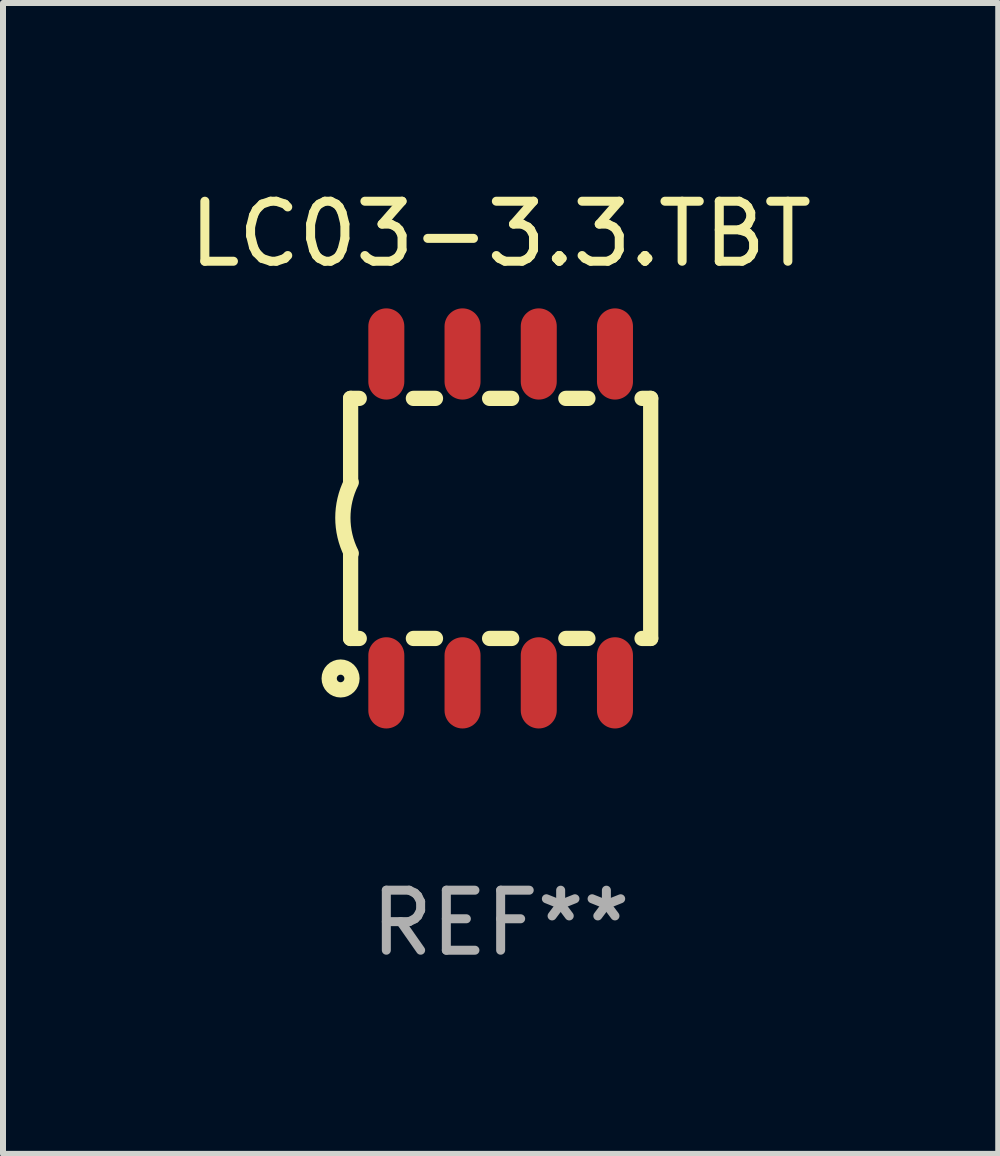
<source format=kicad_pcb>
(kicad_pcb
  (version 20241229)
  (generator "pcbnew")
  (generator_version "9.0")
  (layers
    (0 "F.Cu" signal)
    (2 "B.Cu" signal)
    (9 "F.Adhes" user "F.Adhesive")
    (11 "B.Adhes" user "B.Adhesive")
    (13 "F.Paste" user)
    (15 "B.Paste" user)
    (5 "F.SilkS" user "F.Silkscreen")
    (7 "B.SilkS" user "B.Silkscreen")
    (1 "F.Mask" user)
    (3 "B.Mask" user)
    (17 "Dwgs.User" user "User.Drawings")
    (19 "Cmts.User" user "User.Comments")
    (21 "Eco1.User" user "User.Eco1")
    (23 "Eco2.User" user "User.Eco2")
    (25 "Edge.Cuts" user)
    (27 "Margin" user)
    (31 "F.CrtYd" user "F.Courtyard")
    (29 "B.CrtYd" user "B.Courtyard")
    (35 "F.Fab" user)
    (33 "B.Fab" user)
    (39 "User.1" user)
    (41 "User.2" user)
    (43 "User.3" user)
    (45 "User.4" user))
  (footprint "LC03-3.3.TBT"
    (layer "F.Cu")
    (at 5.292 5.588)
    (property "Reference" "LC03-3.3.TBT" (at 0 -4.74 0) (layer "F.SilkS") (effects (font (size 1 1) (thickness 0.15))))
    (attr through_hole)
    (fp_line (start -2.5 -2) (end -2.5 -0.6) (stroke (width 0.254) (type solid)) (layer "F.SilkS"))
    (fp_line (start -2.5 -2) (end -2.356 -2) (stroke (width 0.254) (type solid)) (layer "F.SilkS"))
    (fp_line (start -2.5 0.58) (end -2.5 2) (stroke (width 0.254) (type solid)) (layer "F.SilkS"))
    (fp_line (start -2.5 2) (end -2.356 2) (stroke (width 0.254) (type solid)) (layer "F.SilkS"))
    (fp_line (start -1.454 -2) (end -1.086 -2) (stroke (width 0.254) (type solid)) (layer "F.SilkS"))
    (fp_line (start -1.454 2) (end -1.086 2) (stroke (width 0.254) (type solid)) (layer "F.SilkS"))
    (fp_line (start -0.184 -2) (end 0.184 -2) (stroke (width 0.254) (type solid)) (layer "F.SilkS"))
    (fp_line (start -0.184 2) (end 0.184 2) (stroke (width 0.254) (type solid)) (layer "F.SilkS"))
    (fp_line (start 1.086 -2) (end 1.454 -2) (stroke (width 0.254) (type solid)) (layer "F.SilkS"))
    (fp_line (start 1.086 2) (end 1.454 2) (stroke (width 0.254) (type solid)) (layer "F.SilkS"))
    (fp_line (start 2.356 -2) (end 2.5 -2) (stroke (width 0.254) (type solid)) (layer "F.SilkS"))
    (fp_line (start 2.356 2) (end 2.5 2) (stroke (width 0.254) (type solid)) (layer "F.SilkS"))
    (fp_line (start 2.5 -2) (end 2.5 2) (stroke (width 0.254) (type solid)) (layer "F.SilkS"))
    (fp_arc (start -2.489992 0.58001) (mid -2.629095 -0.009995) (end -2.489992 -0.6) (stroke (width 0.254001) (type solid)) (layer "F.SilkS"))
    (fp_circle (center -2.667 2.667) (end -2.477 2.667) (stroke (width 0.254) (type solid)) (fill no) (layer "F.SilkS"))
    (fp_text user "REF**" (at 0 6.74 0) (layer "F.Fab") (effects (font (size 1 1) (thickness 0.15))))
    (pad "1" smd oval (at -1.905 2.74 180) (size 0.6 1.52) (layers "F.Cu" "F.Mask" "F.Paste"))
    (pad "2" smd oval (at -0.635 2.74 180) (size 0.6 1.52) (layers "F.Cu" "F.Mask" "F.Paste"))
    (pad "3" smd oval (at 0.635 2.74 180) (size 0.6 1.52) (layers "F.Cu" "F.Mask" "F.Paste"))
    (pad "4" smd oval (at 1.905 2.74 180) (size 0.6 1.52) (layers "F.Cu" "F.Mask" "F.Paste"))
    (pad "5" smd oval (at 1.905 -2.74 180) (size 0.6 1.52) (layers "F.Cu" "F.Mask" "F.Paste"))
    (pad "6" smd oval (at 0.635 -2.74 180) (size 0.6 1.52) (layers "F.Cu" "F.Mask" "F.Paste"))
    (pad "7" smd oval (at -0.635 -2.74 180) (size 0.6 1.52) (layers "F.Cu" "F.Mask" "F.Paste"))
    (pad "8" smd oval (at -1.905 -2.74 180) (size 0.6 1.52) (layers "F.Cu" "F.Mask" "F.Paste")))
  (gr_rect
    (start -3 -3)
    (end 13.583 16.176)
    (stroke (width 0.1) (type default))
    (fill no)
    (layer "Edge.Cuts")))
</source>
